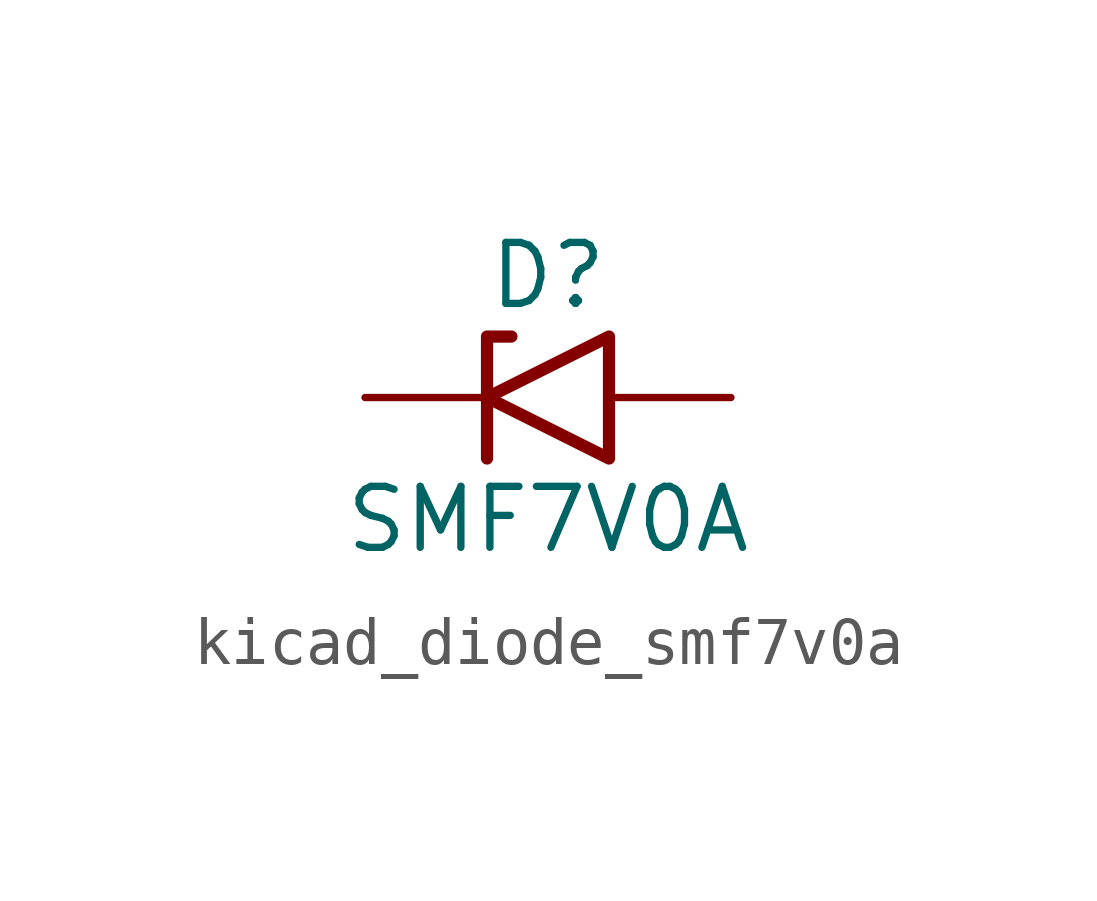
<source format=kicad_sym>
(kicad_symbol_lib
  (version 20220914)
  (generator kicad_symbol_editor)
  (symbol "kicad_diode_smf7v0a"
    (pin_numbers hide)
    (pin_names
      (offset 1.016) hide)
    (property "Reference" "D"
      (at 0 2.54 0)
      (effects (font (size 1.27 1.27))))
    (property "Value" "SMF7V0A"
      (at 0 -2.54 0)
      (effects (font (size 1.27 1.27))))
    (symbol "kicad_diode_smf7v0a_0_1"
      (polyline (pts (xy -0.762 1.27) (xy -1.27 1.27) (xy -1.27 -1.27)) (stroke (width 0.254) (type default)) (fill (type none)))
      (polyline (pts (xy 1.27 1.27) (xy 1.27 -1.27) (xy -1.27 0) (xy 1.27 1.27)) (stroke (width 0.254) (type default)) (fill (type none))))
    (symbol "kicad_diode_smf7v0a_1_1"
      (pin passive line (at -3.81 0 0) (length 2.54) (name "A1" (effects (font (size 1.27 1.27)))) (number "1" (effects (font (size 1.27 1.27)))))
      (pin passive line (at 3.81 0 180) (length 2.54) (name "A2" (effects (font (size 1.27 1.27)))) (number "2" (effects (font (size 1.27 1.27))))))))
</source>
